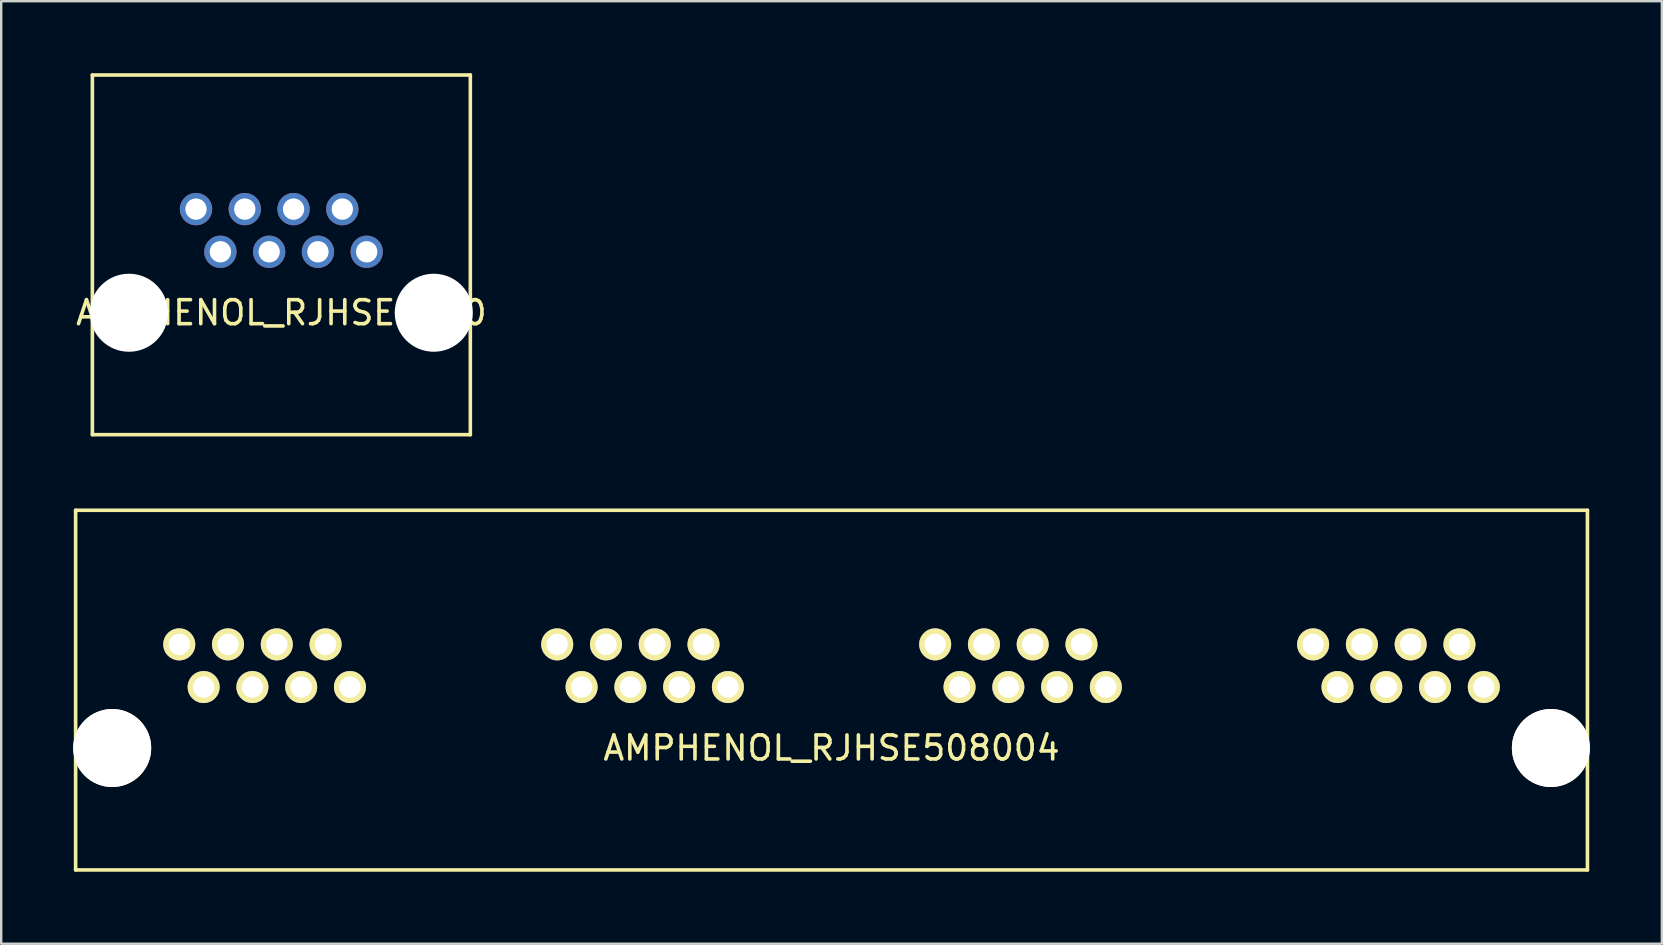
<source format=kicad_pcb>
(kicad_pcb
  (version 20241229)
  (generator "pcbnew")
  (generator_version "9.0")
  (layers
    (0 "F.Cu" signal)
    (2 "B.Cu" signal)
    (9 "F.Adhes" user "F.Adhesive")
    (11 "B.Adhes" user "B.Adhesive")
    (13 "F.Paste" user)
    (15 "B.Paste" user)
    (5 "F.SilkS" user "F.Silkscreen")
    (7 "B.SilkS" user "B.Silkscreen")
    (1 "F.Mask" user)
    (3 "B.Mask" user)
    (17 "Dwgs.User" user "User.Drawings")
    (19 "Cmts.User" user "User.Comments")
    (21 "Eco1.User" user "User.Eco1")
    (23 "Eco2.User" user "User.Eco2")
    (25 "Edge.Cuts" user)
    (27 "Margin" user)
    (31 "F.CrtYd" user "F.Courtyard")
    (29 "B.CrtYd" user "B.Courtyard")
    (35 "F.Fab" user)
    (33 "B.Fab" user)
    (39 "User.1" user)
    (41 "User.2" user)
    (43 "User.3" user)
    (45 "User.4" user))
  (footprint "AMPHENOL_RJHSE508004"
    (layer "F.Cu")
    (at 31.597 28.117)
    (property "Reference" "AMPHENOL_RJHSE508004" (at 0 0 0) (layer "F.SilkS") (effects (font (size 1 1) (thickness 0.15))))
    (attr through_hole)
    (fp_line (start -31.496 -9.906) (end -31.496 5.08) (stroke (width 0.15) (type solid)) (layer "F.SilkS"))
    (fp_line (start -31.496 -9.906) (end 31.496 -9.906) (stroke (width 0.15) (type solid)) (layer "F.SilkS"))
    (fp_line (start -31.496 5.08) (end 31.496 5.08) (stroke (width 0.15) (type solid)) (layer "F.SilkS"))
    (fp_line (start 31.496 -9.906) (end 31.496 5.08) (stroke (width 0.15) (type solid)) (layer "F.SilkS"))
    (pad "" np_thru_hole circle (at -29.972 0) (size 3.25 3.25) (drill 3.25) (layers "*.Cu" "*.Mask" "F.SilkS"))
    (pad "" np_thru_hole circle (at 29.972 0) (size 3.25 3.25) (drill 3.25) (layers "*.Cu" "*.Mask" "F.SilkS"))
    (pad "A1" thru_hole circle (at -20.066 -2.54) (size 1.333 1.333) (drill 0.889) (layers "*.Cu" "*.Mask" "F.SilkS"))
    (pad "A2" thru_hole circle (at -21.082 -4.318) (size 1.333 1.333) (drill 0.889) (layers "*.Cu" "*.Mask" "F.SilkS"))
    (pad "A3" thru_hole circle (at -22.098 -2.54) (size 1.333 1.333) (drill 0.889) (layers "*.Cu" "*.Mask" "F.SilkS"))
    (pad "A4" thru_hole circle (at -23.114 -4.318) (size 1.333 1.333) (drill 0.889) (layers "*.Cu" "*.Mask" "F.SilkS"))
    (pad "A5" thru_hole circle (at -24.13 -2.54) (size 1.333 1.333) (drill 0.889) (layers "*.Cu" "*.Mask" "F.SilkS"))
    (pad "A6" thru_hole circle (at -25.146 -4.318) (size 1.333 1.333) (drill 0.889) (layers "*.Cu" "*.Mask" "F.SilkS"))
    (pad "A7" thru_hole circle (at -26.162 -2.54) (size 1.333 1.333) (drill 0.889) (layers "*.Cu" "*.Mask" "F.SilkS"))
    (pad "A8" thru_hole circle (at -27.178 -4.318) (size 1.333 1.333) (drill 0.889) (layers "*.Cu" "*.Mask" "F.SilkS"))
    (pad "B1" thru_hole circle (at -4.318 -2.54) (size 1.333 1.333) (drill 0.889) (layers "*.Cu" "*.Mask" "F.SilkS"))
    (pad "B2" thru_hole circle (at -5.334 -4.318) (size 1.333 1.333) (drill 0.889) (layers "*.Cu" "*.Mask" "F.SilkS"))
    (pad "B3" thru_hole circle (at -6.35 -2.54) (size 1.333 1.333) (drill 0.889) (layers "*.Cu" "*.Mask" "F.SilkS"))
    (pad "B4" thru_hole circle (at -7.366 -4.318) (size 1.333 1.333) (drill 0.889) (layers "*.Cu" "*.Mask" "F.SilkS"))
    (pad "B5" thru_hole circle (at -8.382 -2.54) (size 1.333 1.333) (drill 0.889) (layers "*.Cu" "*.Mask" "F.SilkS"))
    (pad "B6" thru_hole circle (at -9.398 -4.318) (size 1.333 1.333) (drill 0.889) (layers "*.Cu" "*.Mask" "F.SilkS"))
    (pad "B7" thru_hole circle (at -10.414 -2.54) (size 1.333 1.333) (drill 0.889) (layers "*.Cu" "*.Mask" "F.SilkS"))
    (pad "B8" thru_hole circle (at -11.43 -4.318) (size 1.333 1.333) (drill 0.889) (layers "*.Cu" "*.Mask" "F.SilkS"))
    (pad "C1" thru_hole circle (at 11.43 -2.54) (size 1.333 1.333) (drill 0.889) (layers "*.Cu" "*.Mask" "F.SilkS"))
    (pad "C2" thru_hole circle (at 10.414 -4.318) (size 1.333 1.333) (drill 0.889) (layers "*.Cu" "*.Mask" "F.SilkS"))
    (pad "C3" thru_hole circle (at 9.398 -2.54) (size 1.333 1.333) (drill 0.889) (layers "*.Cu" "*.Mask" "F.SilkS"))
    (pad "C4" thru_hole circle (at 8.382 -4.318) (size 1.333 1.333) (drill 0.889) (layers "*.Cu" "*.Mask" "F.SilkS"))
    (pad "C5" thru_hole circle (at 7.366 -2.54) (size 1.333 1.333) (drill 0.889) (layers "*.Cu" "*.Mask" "F.SilkS"))
    (pad "C6" thru_hole circle (at 6.35 -4.318) (size 1.333 1.333) (drill 0.889) (layers "*.Cu" "*.Mask" "F.SilkS"))
    (pad "C7" thru_hole circle (at 5.334 -2.54) (size 1.333 1.333) (drill 0.889) (layers "*.Cu" "*.Mask" "F.SilkS"))
    (pad "C8" thru_hole circle (at 4.318 -4.318) (size 1.333 1.333) (drill 0.889) (layers "*.Cu" "*.Mask" "F.SilkS"))
    (pad "D1" thru_hole circle (at 27.178 -2.54) (size 1.333 1.333) (drill 0.889) (layers "*.Cu" "*.Mask" "F.SilkS"))
    (pad "D2" thru_hole circle (at 26.162 -4.318) (size 1.333 1.333) (drill 0.889) (layers "*.Cu" "*.Mask" "F.SilkS"))
    (pad "D3" thru_hole circle (at 25.146 -2.54) (size 1.333 1.333) (drill 0.889) (layers "*.Cu" "*.Mask" "F.SilkS"))
    (pad "D4" thru_hole circle (at 24.13 -4.318) (size 1.333 1.333) (drill 0.889) (layers "*.Cu" "*.Mask" "F.SilkS"))
    (pad "D5" thru_hole circle (at 23.114 -2.54) (size 1.333 1.333) (drill 0.889) (layers "*.Cu" "*.Mask" "F.SilkS"))
    (pad "D6" thru_hole circle (at 22.098 -4.318) (size 1.333 1.333) (drill 0.889) (layers "*.Cu" "*.Mask" "F.SilkS"))
    (pad "D7" thru_hole circle (at 21.082 -2.54) (size 1.333 1.333) (drill 0.889) (layers "*.Cu" "*.Mask" "F.SilkS"))
    (pad "D8" thru_hole circle (at 20.066 -4.318) (size 1.333 1.333) (drill 0.889) (layers "*.Cu" "*.Mask" "F.SilkS")))
  (footprint "AMPHENOL_RJHSE5080"
    (layer "F.Cu")
    (at 8.673 9.981)
    (property "Reference" "AMPHENOL_RJHSE5080" (at 0 0 0) (layer "F.SilkS") (effects (font (size 1 1) (thickness 0.15))))
    (attr through_hole)
    (fp_line (start -7.874 -9.906) (end 7.874 -9.906) (stroke (width 0.15) (type solid)) (layer "F.SilkS"))
    (fp_line (start -7.874 5.08) (end -7.874 -9.906) (stroke (width 0.15) (type solid)) (layer "F.SilkS"))
    (fp_line (start 7.874 -9.906) (end 7.874 5.08) (stroke (width 0.15) (type solid)) (layer "F.SilkS"))
    (fp_line (start 7.874 5.08) (end -7.874 5.08) (stroke (width 0.15) (type solid)) (layer "F.SilkS"))
    (pad "" np_thru_hole circle (at -6.35 0) (size 3.251 3.251) (drill 3.251) (layers "*.Cu" "*.Mask"))
    (pad "" np_thru_hole circle (at 6.35 0) (size 3.251 3.251) (drill 3.251) (layers "*.Cu" "*.Mask"))
    (pad "1" thru_hole circle (at 3.556 -2.54) (size 1.346 1.346) (drill 0.889) (layers "*.Cu" "*.Mask"))
    (pad "2" thru_hole circle (at 2.54 -4.318) (size 1.346 1.346) (drill 0.889) (layers "*.Cu" "*.Mask"))
    (pad "3" thru_hole circle (at 1.524 -2.54) (size 1.346 1.346) (drill 0.889) (layers "*.Cu" "*.Mask"))
    (pad "4" thru_hole circle (at 0.508 -4.318) (size 1.346 1.346) (drill 0.889) (layers "*.Cu" "*.Mask"))
    (pad "5" thru_hole circle (at -0.508 -2.54) (size 1.346 1.346) (drill 0.889) (layers "*.Cu" "*.Mask"))
    (pad "6" thru_hole circle (at -1.524 -4.318) (size 1.346 1.346) (drill 0.889) (layers "*.Cu" "*.Mask"))
    (pad "7" thru_hole circle (at -2.54 -2.54) (size 1.346 1.346) (drill 0.889) (layers "*.Cu" "*.Mask"))
    (pad "8" thru_hole circle (at -3.556 -4.318) (size 1.346 1.346) (drill 0.889) (layers "*.Cu" "*.Mask")))
  (gr_rect
    (start -3 -3)
    (end 66.194 36.272)
    (stroke (width 0.1) (type default))
    (fill no)
    (layer "Edge.Cuts")))
</source>
